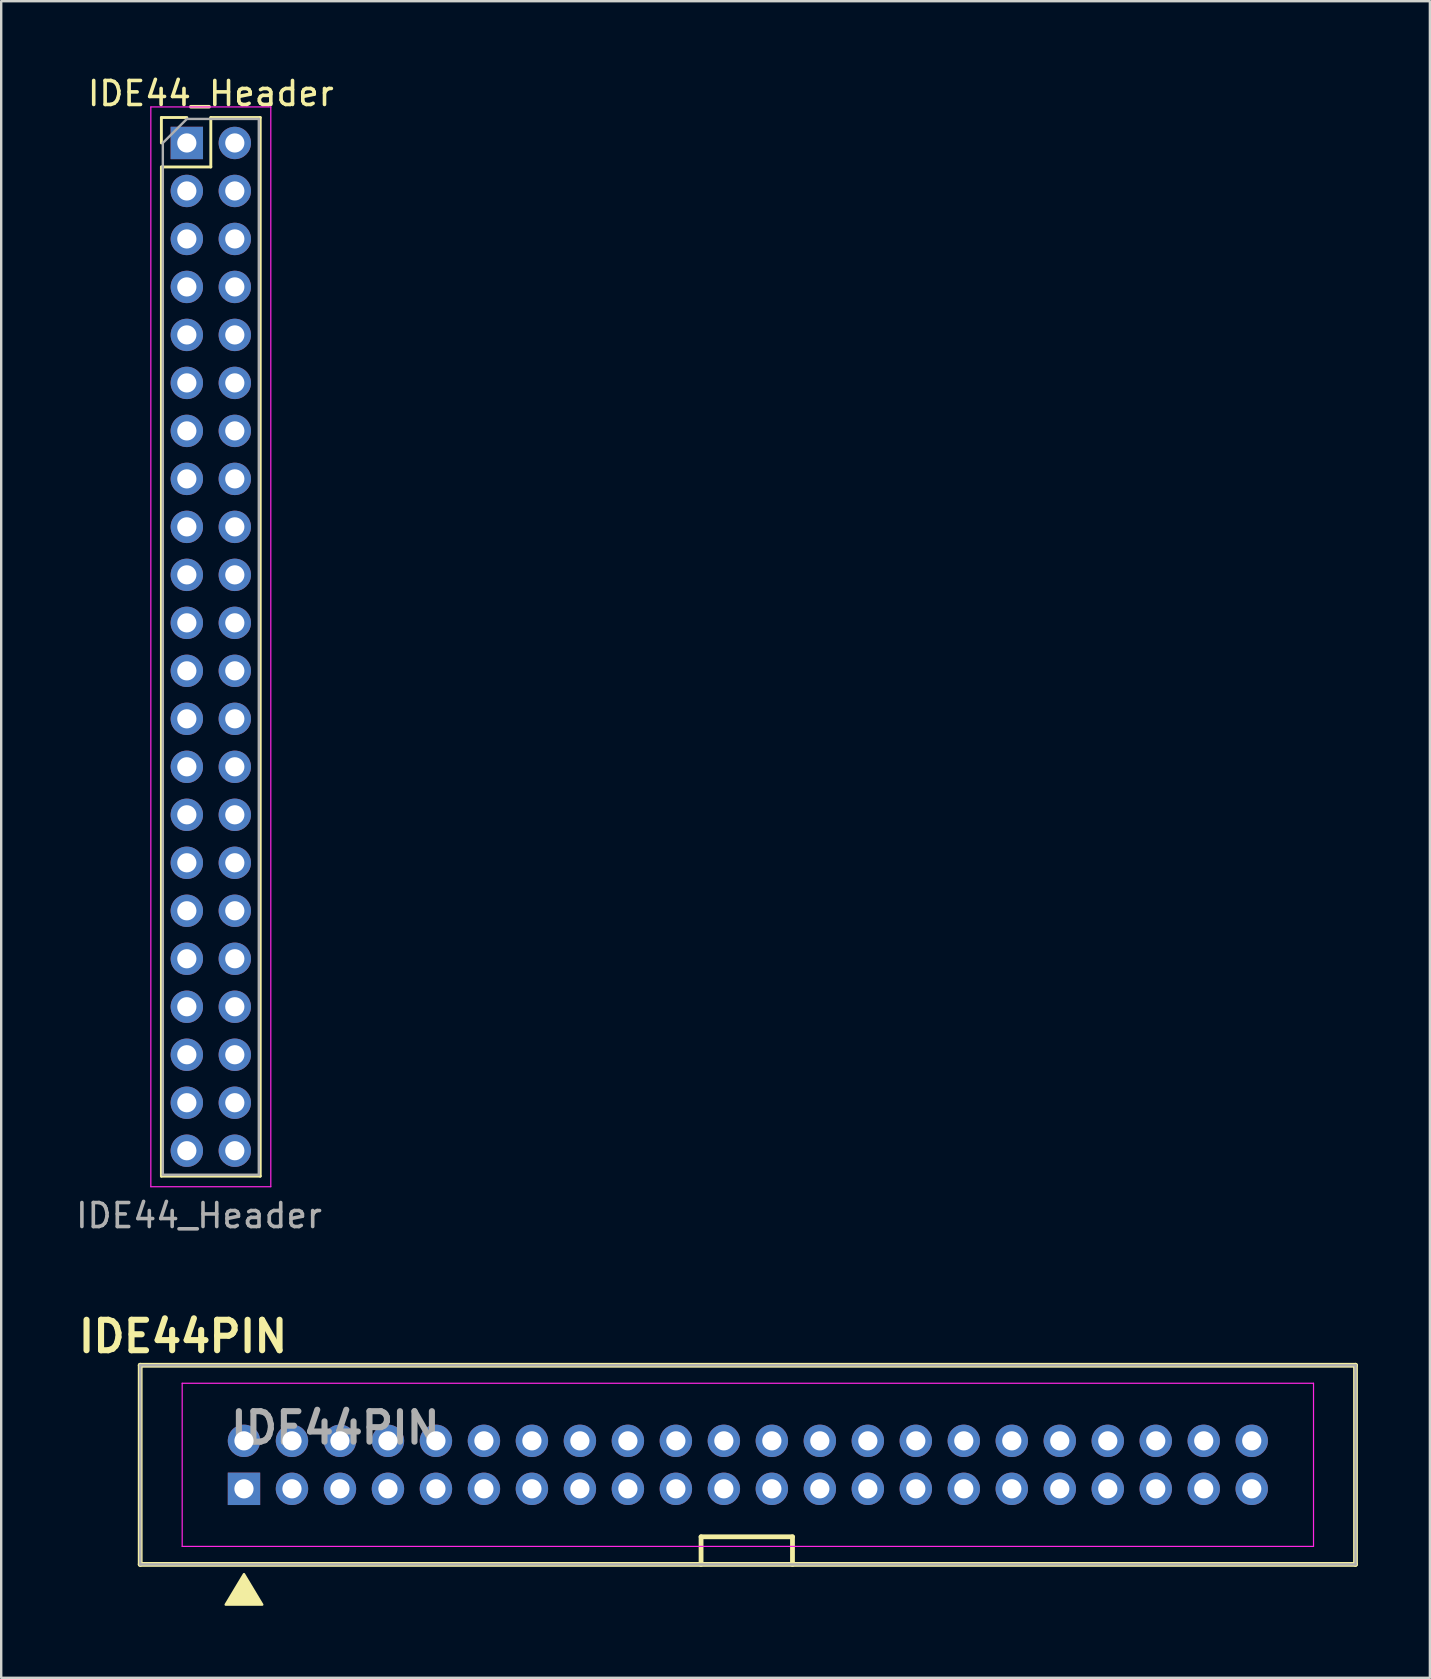
<source format=kicad_pcb>
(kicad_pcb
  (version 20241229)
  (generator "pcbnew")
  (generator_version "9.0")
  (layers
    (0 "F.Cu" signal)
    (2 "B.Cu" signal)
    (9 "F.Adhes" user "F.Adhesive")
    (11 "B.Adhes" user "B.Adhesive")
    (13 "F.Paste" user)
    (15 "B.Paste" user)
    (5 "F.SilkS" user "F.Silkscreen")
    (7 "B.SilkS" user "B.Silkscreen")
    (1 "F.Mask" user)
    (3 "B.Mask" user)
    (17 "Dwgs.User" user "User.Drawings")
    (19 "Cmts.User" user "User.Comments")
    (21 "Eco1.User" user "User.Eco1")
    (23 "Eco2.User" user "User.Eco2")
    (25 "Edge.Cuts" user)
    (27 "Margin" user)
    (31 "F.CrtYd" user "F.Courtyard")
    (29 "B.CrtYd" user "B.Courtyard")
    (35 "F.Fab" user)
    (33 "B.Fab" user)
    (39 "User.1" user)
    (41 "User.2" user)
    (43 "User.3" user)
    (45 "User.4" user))
  (footprint "IDE44_Header"
    (layer "F.Cu")
    (at 4.736 2.908)
    (property "Reference" "IDE44_Header" (at 1 -2.06 0) (layer "F.SilkS") (effects (font (size 1 1) (thickness 0.15))))
    (attr through_hole)
    (fp_line (start -1.06 -1.06) (end 0 -1.06) (stroke (width 0.12) (type solid)) (layer "F.SilkS"))
    (fp_line (start -1.06 0) (end -1.06 -1.06) (stroke (width 0.12) (type solid)) (layer "F.SilkS"))
    (fp_line (start -1.06 1) (end -1.06 43.06) (stroke (width 0.12) (type solid)) (layer "F.SilkS"))
    (fp_line (start -1.06 1) (end 1 1) (stroke (width 0.12) (type solid)) (layer "F.SilkS"))
    (fp_line (start -1.06 43.06) (end 3.06 43.06) (stroke (width 0.12) (type solid)) (layer "F.SilkS"))
    (fp_line (start 1 -1.06) (end 3.06 -1.06) (stroke (width 0.12) (type solid)) (layer "F.SilkS"))
    (fp_line (start 1 1) (end 1 -1.06) (stroke (width 0.12) (type solid)) (layer "F.SilkS"))
    (fp_line (start 3.06 -1.06) (end 3.06 43.06) (stroke (width 0.12) (type solid)) (layer "F.SilkS"))
    (fp_line (start -1.5 -1.5) (end -1.5 43.5) (stroke (width 0.05) (type solid)) (layer "F.CrtYd"))
    (fp_line (start -1.5 43.5) (end 3.5 43.5) (stroke (width 0.05) (type solid)) (layer "F.CrtYd"))
    (fp_line (start 3.5 -1.5) (end -1.5 -1.5) (stroke (width 0.05) (type solid)) (layer "F.CrtYd"))
    (fp_line (start 3.5 43.5) (end 3.5 -1.5) (stroke (width 0.05) (type solid)) (layer "F.CrtYd"))
    (fp_line (start -1 0) (end 0 -1) (stroke (width 0.1) (type solid)) (layer "F.Fab"))
    (fp_line (start -1 43) (end -1 0) (stroke (width 0.1) (type solid)) (layer "F.Fab"))
    (fp_line (start 0 -1) (end 3 -1) (stroke (width 0.1) (type solid)) (layer "F.Fab"))
    (fp_line (start 3 -1) (end 3 43) (stroke (width 0.1) (type solid)) (layer "F.Fab"))
    (fp_line (start 3 43) (end -1 43) (stroke (width 0.1) (type solid)) (layer "F.Fab"))
    (fp_text user "${REFERENCE}" (at 0.508 44.704 180) (layer "F.Fab") (effects (font (size 1 1) (thickness 0.15))))
    (pad "1" thru_hole rect (at 0 0) (size 1.35 1.35) (drill 0.8) (layers "*.Cu" "*.Mask"))
    (pad "2" thru_hole oval (at 2 0) (size 1.35 1.35) (drill 0.8) (layers "*.Cu" "*.Mask"))
    (pad "3" thru_hole oval (at 0 2) (size 1.35 1.35) (drill 0.8) (layers "*.Cu" "*.Mask"))
    (pad "4" thru_hole oval (at 2 2) (size 1.35 1.35) (drill 0.8) (layers "*.Cu" "*.Mask"))
    (pad "5" thru_hole oval (at 0 4) (size 1.35 1.35) (drill 0.8) (layers "*.Cu" "*.Mask"))
    (pad "6" thru_hole oval (at 2 4) (size 1.35 1.35) (drill 0.8) (layers "*.Cu" "*.Mask"))
    (pad "7" thru_hole oval (at 0 6) (size 1.35 1.35) (drill 0.8) (layers "*.Cu" "*.Mask"))
    (pad "8" thru_hole oval (at 2 6) (size 1.35 1.35) (drill 0.8) (layers "*.Cu" "*.Mask"))
    (pad "9" thru_hole oval (at 0 8) (size 1.35 1.35) (drill 0.8) (layers "*.Cu" "*.Mask"))
    (pad "10" thru_hole oval (at 2 8) (size 1.35 1.35) (drill 0.8) (layers "*.Cu" "*.Mask"))
    (pad "11" thru_hole oval (at 0 10) (size 1.35 1.35) (drill 0.8) (layers "*.Cu" "*.Mask"))
    (pad "12" thru_hole oval (at 2 10) (size 1.35 1.35) (drill 0.8) (layers "*.Cu" "*.Mask"))
    (pad "13" thru_hole oval (at 0 12) (size 1.35 1.35) (drill 0.8) (layers "*.Cu" "*.Mask"))
    (pad "14" thru_hole oval (at 2 12) (size 1.35 1.35) (drill 0.8) (layers "*.Cu" "*.Mask"))
    (pad "15" thru_hole oval (at 0 14) (size 1.35 1.35) (drill 0.8) (layers "*.Cu" "*.Mask"))
    (pad "16" thru_hole oval (at 2 14) (size 1.35 1.35) (drill 0.8) (layers "*.Cu" "*.Mask"))
    (pad "17" thru_hole oval (at 0 16) (size 1.35 1.35) (drill 0.8) (layers "*.Cu" "*.Mask"))
    (pad "18" thru_hole oval (at 2 16) (size 1.35 1.35) (drill 0.8) (layers "*.Cu" "*.Mask"))
    (pad "19" thru_hole oval (at 0 18) (size 1.35 1.35) (drill 0.8) (layers "*.Cu" "*.Mask"))
    (pad "20" thru_hole oval (at 2 18) (size 1.35 1.35) (drill 0.8) (layers "*.Cu" "*.Mask"))
    (pad "21" thru_hole oval (at 0 20) (size 1.35 1.35) (drill 0.8) (layers "*.Cu" "*.Mask"))
    (pad "22" thru_hole oval (at 2 20) (size 1.35 1.35) (drill 0.8) (layers "*.Cu" "*.Mask"))
    (pad "23" thru_hole oval (at 0 22) (size 1.35 1.35) (drill 0.8) (layers "*.Cu" "*.Mask"))
    (pad "24" thru_hole oval (at 2 22) (size 1.35 1.35) (drill 0.8) (layers "*.Cu" "*.Mask"))
    (pad "25" thru_hole oval (at 0 24) (size 1.35 1.35) (drill 0.8) (layers "*.Cu" "*.Mask"))
    (pad "26" thru_hole oval (at 2 24) (size 1.35 1.35) (drill 0.8) (layers "*.Cu" "*.Mask"))
    (pad "27" thru_hole oval (at 0 26) (size 1.35 1.35) (drill 0.8) (layers "*.Cu" "*.Mask"))
    (pad "28" thru_hole oval (at 2 26) (size 1.35 1.35) (drill 0.8) (layers "*.Cu" "*.Mask"))
    (pad "29" thru_hole oval (at 0 28) (size 1.35 1.35) (drill 0.8) (layers "*.Cu" "*.Mask"))
    (pad "30" thru_hole oval (at 2 28) (size 1.35 1.35) (drill 0.8) (layers "*.Cu" "*.Mask"))
    (pad "31" thru_hole oval (at 0 30) (size 1.35 1.35) (drill 0.8) (layers "*.Cu" "*.Mask"))
    (pad "32" thru_hole oval (at 2 30) (size 1.35 1.35) (drill 0.8) (layers "*.Cu" "*.Mask"))
    (pad "33" thru_hole oval (at 0 32) (size 1.35 1.35) (drill 0.8) (layers "*.Cu" "*.Mask"))
    (pad "34" thru_hole oval (at 2 32) (size 1.35 1.35) (drill 0.8) (layers "*.Cu" "*.Mask"))
    (pad "35" thru_hole oval (at 0 34) (size 1.35 1.35) (drill 0.8) (layers "*.Cu" "*.Mask"))
    (pad "36" thru_hole oval (at 2 34) (size 1.35 1.35) (drill 0.8) (layers "*.Cu" "*.Mask"))
    (pad "37" thru_hole oval (at 0 36) (size 1.35 1.35) (drill 0.8) (layers "*.Cu" "*.Mask"))
    (pad "38" thru_hole oval (at 2 36) (size 1.35 1.35) (drill 0.8) (layers "*.Cu" "*.Mask"))
    (pad "39" thru_hole oval (at 0 38) (size 1.35 1.35) (drill 0.8) (layers "*.Cu" "*.Mask"))
    (pad "40" thru_hole oval (at 2 38) (size 1.35 1.35) (drill 0.8) (layers "*.Cu" "*.Mask"))
    (pad "41" thru_hole oval (at 0 40) (size 1.35 1.35) (drill 0.8) (layers "*.Cu" "*.Mask"))
    (pad "42" thru_hole oval (at 2 40) (size 1.35 1.35) (drill 0.8) (layers "*.Cu" "*.Mask"))
    (pad "43" thru_hole oval (at 0 42) (size 1.35 1.35) (drill 0.8) (layers "*.Cu" "*.Mask"))
    (pad "44" thru_hole oval (at 2 42) (size 1.35 1.35) (drill 0.8) (layers "*.Cu" "*.Mask")))
  (footprint "IDE44PIN"
    (layer "F.Cu")
    (at 7.118 58.999)
    (property "Reference" "IDE44PIN" (at -2.54 -6.35 0) (layer "F.SilkS") (effects (font (size 1.27 1.27) (thickness 0.254))))
    (attr through_hole)
    (fp_line (start -4.325 -5.15) (end -4.325 3.15) (stroke (width 0.2) (type solid)) (layer "F.SilkS"))
    (fp_line (start -4.325 3.15) (end 46.325 3.15) (stroke (width 0.2) (type solid)) (layer "F.SilkS"))
    (fp_line (start 19.05 2) (end 22.86 2) (stroke (width 0.2) (type solid)) (layer "F.SilkS"))
    (fp_line (start 19.05 3.15) (end 19.05 2) (stroke (width 0.2) (type solid)) (layer "F.SilkS"))
    (fp_line (start 22.86 3.15) (end 22.86 2) (stroke (width 0.2) (type solid)) (layer "F.SilkS"))
    (fp_line (start 46.325 -5.15) (end -4.325 -5.15) (stroke (width 0.2) (type solid)) (layer "F.SilkS"))
    (fp_line (start 46.325 3.15) (end 46.325 -5.15) (stroke (width 0.2) (type solid)) (layer "F.SilkS"))
    (fp_poly (pts (xy 0 3.556) (xy -0.762 4.826) (xy 0.762 4.826)) (stroke (width 0.1) (type solid)) (fill yes) (layer "F.SilkS"))
    (fp_line (start -2.575 -4.4) (end 44.575 -4.4) (stroke (width 0.05) (type solid)) (layer "F.CrtYd"))
    (fp_line (start -2.575 2.4) (end -2.575 -4.4) (stroke (width 0.05) (type solid)) (layer "F.CrtYd"))
    (fp_line (start 44.575 -4.4) (end 44.575 2.4) (stroke (width 0.05) (type solid)) (layer "F.CrtYd"))
    (fp_line (start 44.575 2.4) (end -2.575 2.4) (stroke (width 0.05) (type solid)) (layer "F.CrtYd"))
    (fp_line (start -4.325 -5.15) (end 46.325 -5.15) (stroke (width 0.1) (type solid)) (layer "F.Fab"))
    (fp_line (start -4.325 3.15) (end -4.325 -5.15) (stroke (width 0.1) (type solid)) (layer "F.Fab"))
    (fp_line (start 46.325 -5.15) (end 46.325 3.15) (stroke (width 0.1) (type solid)) (layer "F.Fab"))
    (fp_line (start 46.325 3.15) (end -4.325 3.15) (stroke (width 0.1) (type solid)) (layer "F.Fab"))
    (fp_text user "${REFERENCE}" (at 3.81 -2.54 0) (layer "F.Fab") (effects (font (size 1.27 1.27) (thickness 0.254))))
    (pad "1" thru_hole rect (at 0 0) (size 1.35 1.35) (drill 0.8) (layers "*.Cu" "*.Mask"))
    (pad "2" thru_hole circle (at 0 -2) (size 1.35 1.35) (drill 0.8) (layers "*.Cu" "*.Mask"))
    (pad "3" thru_hole circle (at 2 0) (size 1.35 1.35) (drill 0.8) (layers "*.Cu" "*.Mask"))
    (pad "4" thru_hole circle (at 2 -2) (size 1.35 1.35) (drill 0.8) (layers "*.Cu" "*.Mask"))
    (pad "5" thru_hole circle (at 4 0) (size 1.35 1.35) (drill 0.8) (layers "*.Cu" "*.Mask"))
    (pad "6" thru_hole circle (at 4 -2) (size 1.35 1.35) (drill 0.8) (layers "*.Cu" "*.Mask"))
    (pad "7" thru_hole circle (at 6 0) (size 1.35 1.35) (drill 0.8) (layers "*.Cu" "*.Mask"))
    (pad "8" thru_hole circle (at 6 -2) (size 1.35 1.35) (drill 0.8) (layers "*.Cu" "*.Mask"))
    (pad "9" thru_hole circle (at 8 0) (size 1.35 1.35) (drill 0.8) (layers "*.Cu" "*.Mask"))
    (pad "10" thru_hole circle (at 8 -2) (size 1.35 1.35) (drill 0.8) (layers "*.Cu" "*.Mask"))
    (pad "11" thru_hole circle (at 10 0) (size 1.35 1.35) (drill 0.8) (layers "*.Cu" "*.Mask"))
    (pad "12" thru_hole circle (at 10 -2) (size 1.35 1.35) (drill 0.8) (layers "*.Cu" "*.Mask"))
    (pad "13" thru_hole circle (at 12 0) (size 1.35 1.35) (drill 0.8) (layers "*.Cu" "*.Mask"))
    (pad "14" thru_hole circle (at 12 -2) (size 1.35 1.35) (drill 0.8) (layers "*.Cu" "*.Mask"))
    (pad "15" thru_hole circle (at 14 0) (size 1.35 1.35) (drill 0.8) (layers "*.Cu" "*.Mask"))
    (pad "16" thru_hole circle (at 14 -2) (size 1.35 1.35) (drill 0.8) (layers "*.Cu" "*.Mask"))
    (pad "17" thru_hole circle (at 16 0) (size 1.35 1.35) (drill 0.8) (layers "*.Cu" "*.Mask"))
    (pad "18" thru_hole circle (at 16 -2) (size 1.35 1.35) (drill 0.8) (layers "*.Cu" "*.Mask"))
    (pad "19" thru_hole circle (at 18 0) (size 1.35 1.35) (drill 0.8) (layers "*.Cu" "*.Mask"))
    (pad "20" thru_hole circle (at 18 -2) (size 1.35 1.35) (drill 0.8) (layers "*.Cu" "*.Mask"))
    (pad "21" thru_hole circle (at 20 0) (size 1.35 1.35) (drill 0.8) (layers "*.Cu" "*.Mask"))
    (pad "22" thru_hole circle (at 20 -2) (size 1.35 1.35) (drill 0.8) (layers "*.Cu" "*.Mask"))
    (pad "23" thru_hole circle (at 22 0) (size 1.35 1.35) (drill 0.8) (layers "*.Cu" "*.Mask"))
    (pad "24" thru_hole circle (at 22 -2) (size 1.35 1.35) (drill 0.8) (layers "*.Cu" "*.Mask"))
    (pad "25" thru_hole circle (at 24 0) (size 1.35 1.35) (drill 0.8) (layers "*.Cu" "*.Mask"))
    (pad "26" thru_hole circle (at 24 -2) (size 1.35 1.35) (drill 0.8) (layers "*.Cu" "*.Mask"))
    (pad "27" thru_hole circle (at 26 0) (size 1.35 1.35) (drill 0.8) (layers "*.Cu" "*.Mask"))
    (pad "28" thru_hole circle (at 26 -2) (size 1.35 1.35) (drill 0.8) (layers "*.Cu" "*.Mask"))
    (pad "29" thru_hole circle (at 28 0) (size 1.35 1.35) (drill 0.8) (layers "*.Cu" "*.Mask"))
    (pad "30" thru_hole circle (at 28 -2) (size 1.35 1.35) (drill 0.8) (layers "*.Cu" "*.Mask"))
    (pad "31" thru_hole circle (at 30 0) (size 1.35 1.35) (drill 0.8) (layers "*.Cu" "*.Mask"))
    (pad "32" thru_hole circle (at 30 -2) (size 1.35 1.35) (drill 0.8) (layers "*.Cu" "*.Mask"))
    (pad "33" thru_hole circle (at 32 0) (size 1.35 1.35) (drill 0.8) (layers "*.Cu" "*.Mask"))
    (pad "34" thru_hole circle (at 32 -2) (size 1.35 1.35) (drill 0.8) (layers "*.Cu" "*.Mask"))
    (pad "35" thru_hole circle (at 34 0) (size 1.35 1.35) (drill 0.8) (layers "*.Cu" "*.Mask"))
    (pad "36" thru_hole circle (at 34 -2) (size 1.35 1.35) (drill 0.8) (layers "*.Cu" "*.Mask"))
    (pad "37" thru_hole circle (at 36 0) (size 1.35 1.35) (drill 0.8) (layers "*.Cu" "*.Mask"))
    (pad "38" thru_hole circle (at 36 -2) (size 1.35 1.35) (drill 0.8) (layers "*.Cu" "*.Mask"))
    (pad "39" thru_hole circle (at 38 0) (size 1.35 1.35) (drill 0.8) (layers "*.Cu" "*.Mask"))
    (pad "40" thru_hole circle (at 38 -2) (size 1.35 1.35) (drill 0.8) (layers "*.Cu" "*.Mask"))
    (pad "41" thru_hole circle (at 40 0) (size 1.35 1.35) (drill 0.8) (layers "*.Cu" "*.Mask"))
    (pad "42" thru_hole circle (at 40 -2) (size 1.35 1.35) (drill 0.8) (layers "*.Cu" "*.Mask"))
    (pad "43" thru_hole circle (at 42 0) (size 1.35 1.35) (drill 0.8) (layers "*.Cu" "*.Mask"))
    (pad "44" thru_hole circle (at 42 -2) (size 1.35 1.35) (drill 0.8) (layers "*.Cu" "*.Mask")))
  (gr_rect
    (start -3 -3)
    (end 56.543 66.875)
    (stroke (width 0.1) (type default))
    (fill no)
    (layer "Edge.Cuts")))
</source>
